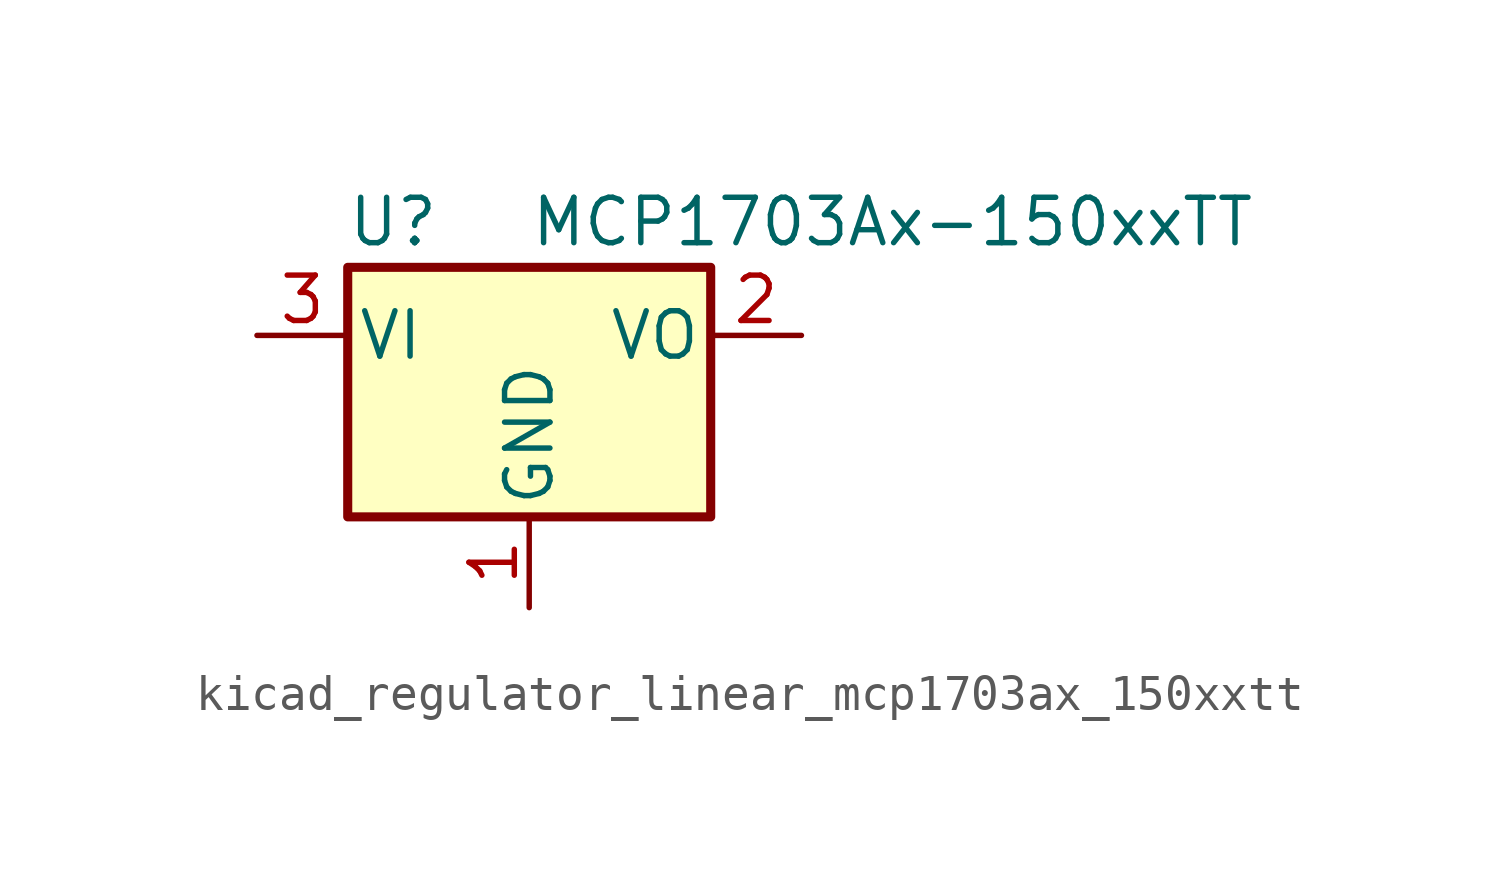
<source format=kicad_sym>
(kicad_symbol_lib
  (version 20220914)
  (generator kicad_symbol_editor)
  (symbol "kicad_regulator_linear_mcp1703ax_150xxtt"
    (pin_names
      (offset 0.254))
    (property "Reference" "U"
      (at -3.81 3.175 0)
      (effects (font (size 1.27 1.27))))
    (property "Value" "MCP1703Ax-150xxTT"
      (at 0 3.175 0)
      (effects (font (size 1.27 1.27)) (justify left)))
    (symbol "kicad_regulator_linear_mcp1703ax_150xxtt_0_1"
      (rectangle (start -5.08 -5.08) (end 5.08 1.905) (stroke (width 0.254) (type default)) (fill (type background))))
    (symbol "kicad_regulator_linear_mcp1703ax_150xxtt_1_1"
      (pin power_in line (at 0 -7.62 90) (length 2.54) (name "GND" (effects (font (size 1.27 1.27)))) (number "1" (effects (font (size 1.27 1.27)))))
      (pin power_out line (at 7.62 0 180) (length 2.54) (name "VO" (effects (font (size 1.27 1.27)))) (number "2" (effects (font (size 1.27 1.27)))))
      (pin power_in line (at -7.62 0 0) (length 2.54) (name "VI" (effects (font (size 1.27 1.27)))) (number "3" (effects (font (size 1.27 1.27))))))))
</source>
